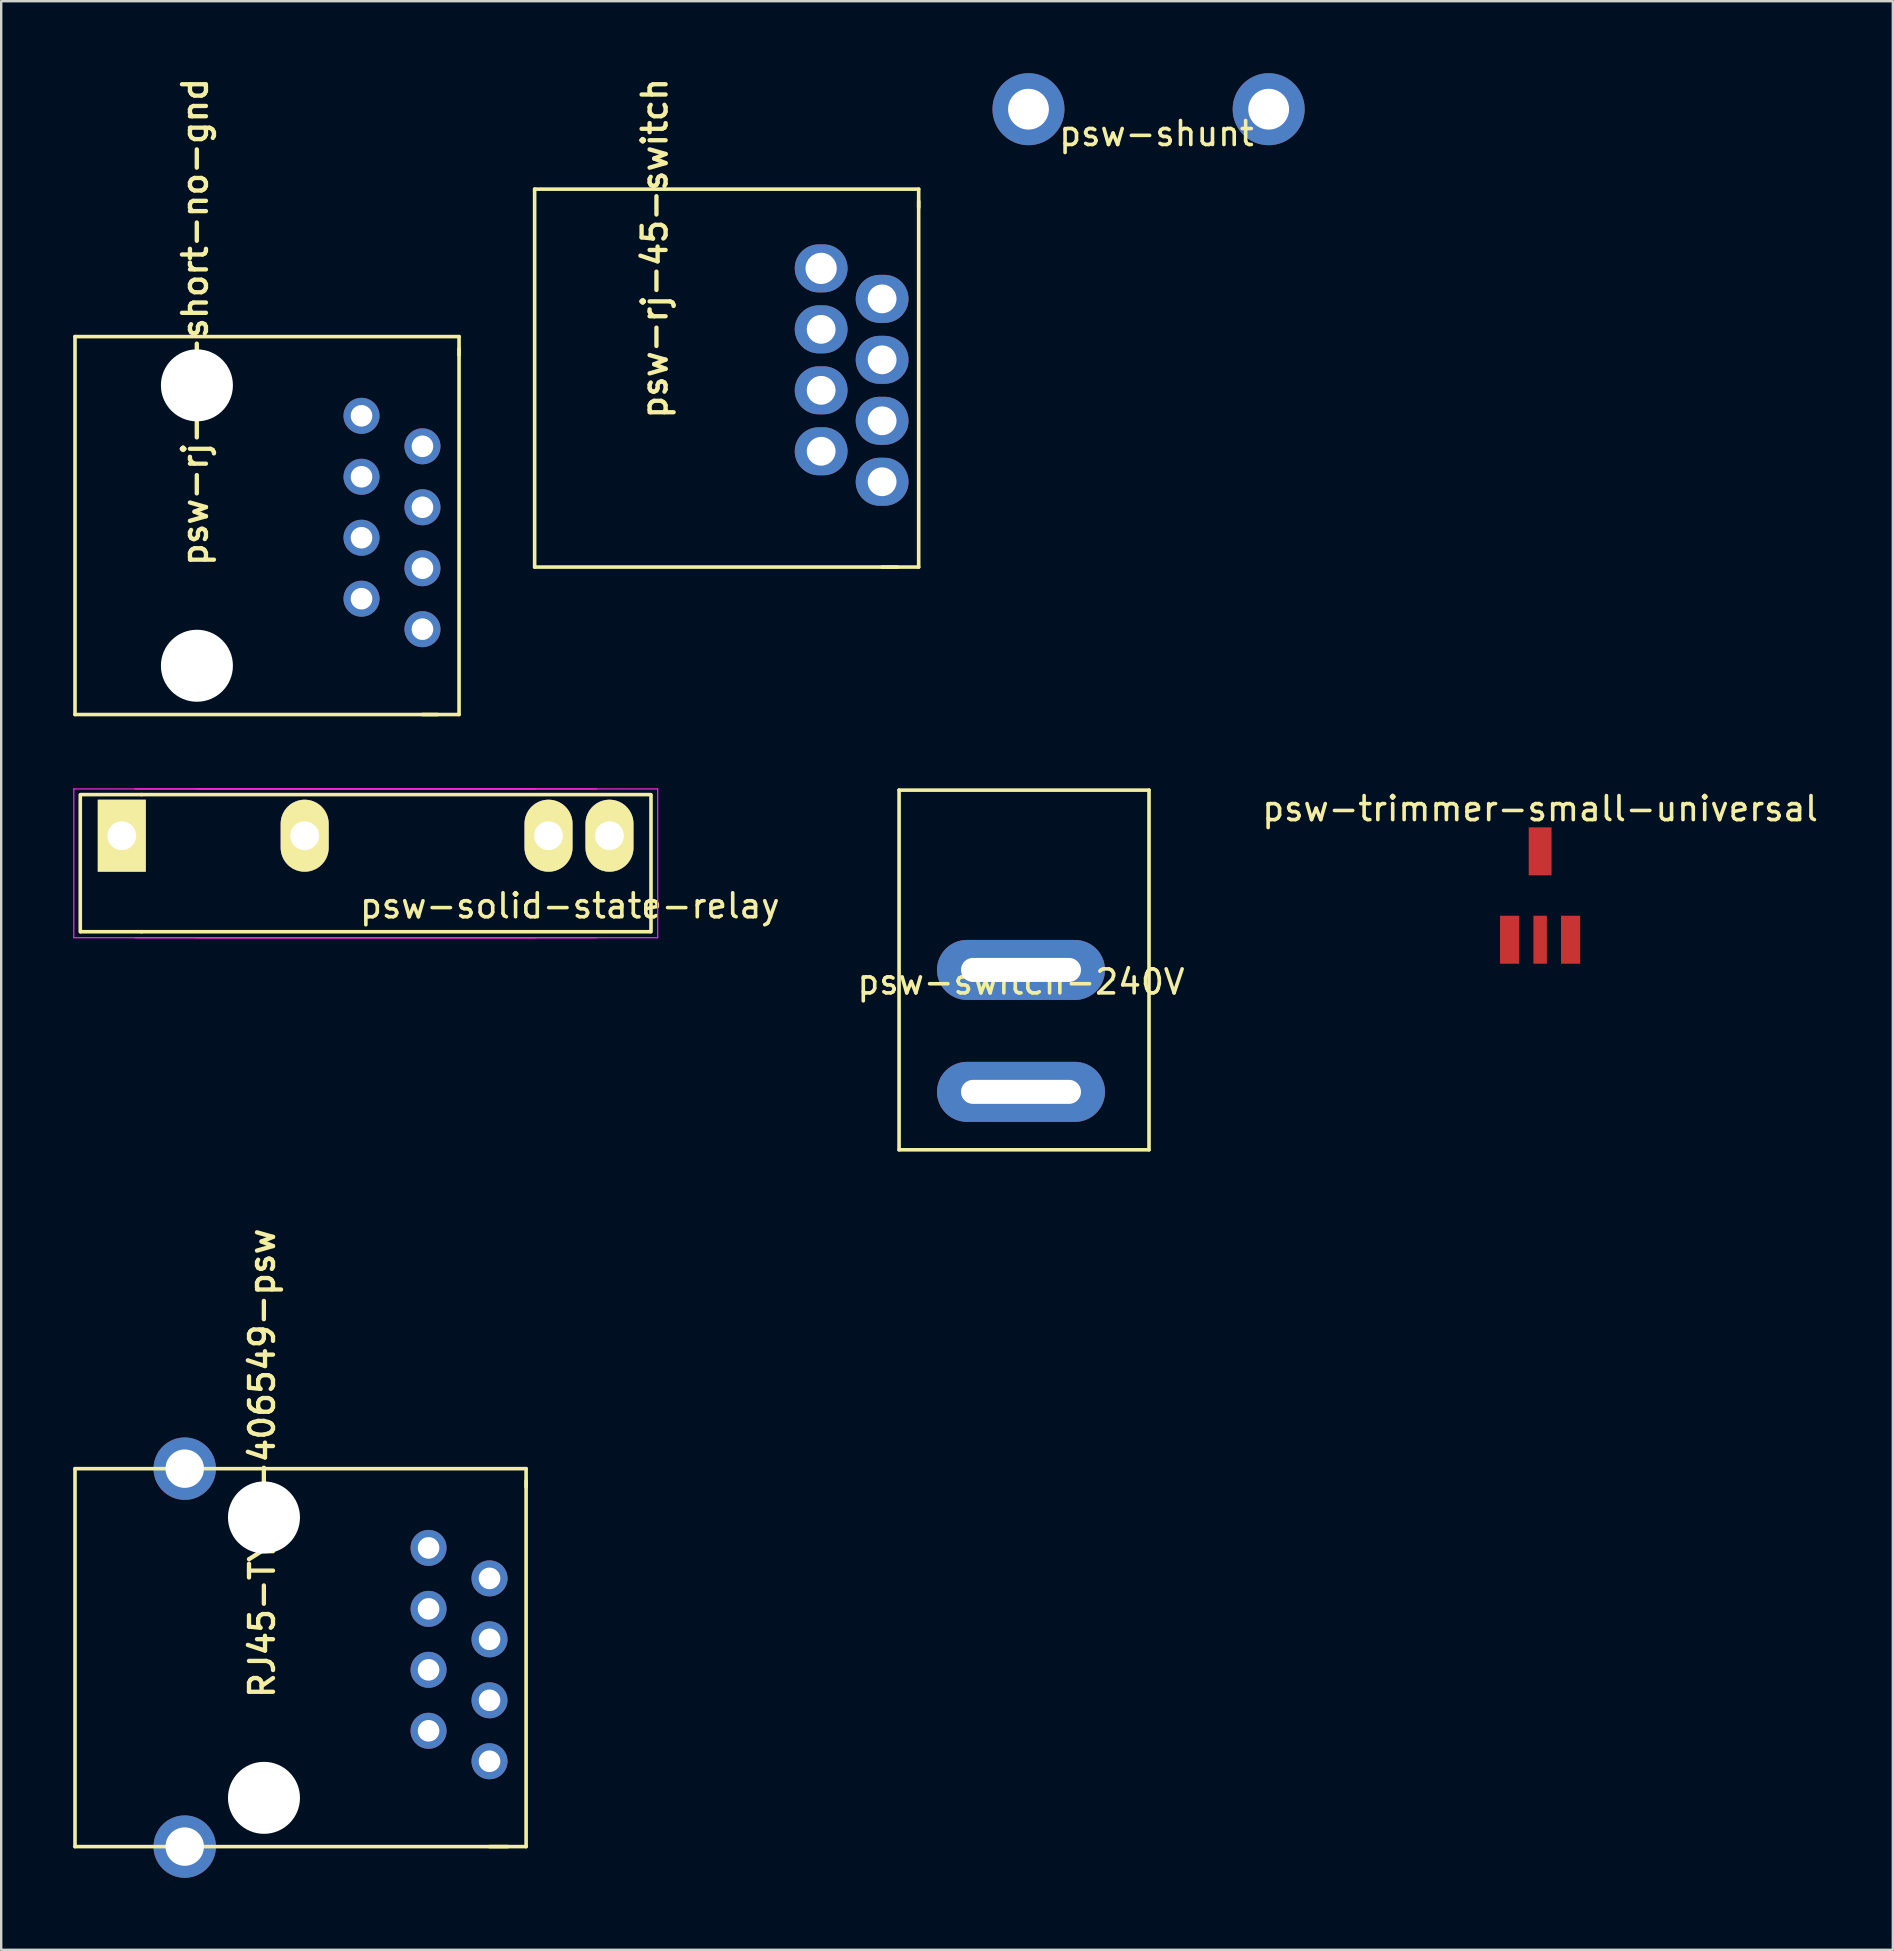
<source format=kicad_pcb>
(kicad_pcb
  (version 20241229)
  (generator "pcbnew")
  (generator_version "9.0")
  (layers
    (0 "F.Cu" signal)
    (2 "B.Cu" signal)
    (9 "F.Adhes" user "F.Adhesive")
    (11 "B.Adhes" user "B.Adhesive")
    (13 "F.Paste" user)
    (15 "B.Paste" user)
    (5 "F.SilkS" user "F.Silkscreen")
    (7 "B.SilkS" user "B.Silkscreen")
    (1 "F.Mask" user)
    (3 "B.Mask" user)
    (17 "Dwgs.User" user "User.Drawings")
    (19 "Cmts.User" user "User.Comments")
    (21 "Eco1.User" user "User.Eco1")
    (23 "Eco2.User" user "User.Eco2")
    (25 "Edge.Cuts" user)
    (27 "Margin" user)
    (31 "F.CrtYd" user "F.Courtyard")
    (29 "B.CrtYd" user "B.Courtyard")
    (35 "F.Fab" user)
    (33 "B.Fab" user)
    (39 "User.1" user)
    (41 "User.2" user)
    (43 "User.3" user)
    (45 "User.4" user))
  (footprint "psw-rj-45-switch"
    (layer "F.Cu")
    (at 29.387 13.213)
    (property "Reference" "psw-rj-45-switch" (at -4.572 1.27 90) (layer "F.SilkS") (effects (font (size 1 1) (thickness 0.18)) (justify left bottom)))
    (attr through_hole)
    (fp_line (start -10.16 -8.382) (end -10.16 7.366) (stroke (width 0.15) (type solid)) (layer "F.SilkS"))
    (fp_line (start -10.16 7.366) (end 4.953 7.366) (stroke (width 0.15) (type solid)) (layer "F.SilkS"))
    (fp_line (start 4.318 7.366) (end 5.842 7.366) (stroke (width 0.15) (type solid)) (layer "F.SilkS"))
    (fp_line (start 5.842 -8.382) (end -10.16 -8.382) (stroke (width 0.15) (type solid)) (layer "F.SilkS"))
    (fp_line (start 5.842 -8.382) (end 5.842 -7.62) (stroke (width 0.15) (type solid)) (layer "F.SilkS"))
    (fp_line (start 5.842 7.366) (end 5.842 -7.874) (stroke (width 0.15) (type solid)) (layer "F.SilkS"))
    (pad "1" thru_hole oval (at 1.778 -5.08) (size 2.2 2) (drill 1.3) (layers "*.Cu" "*.Mask"))
    (pad "2" thru_hole oval (at 4.318 -3.81) (size 2.2 2) (drill 1.2) (layers "*.Cu" "*.Mask"))
    (pad "3" thru_hole oval (at 1.778 -2.54) (size 2.2 2) (drill 1.2) (layers "*.Cu" "*.Mask"))
    (pad "4" thru_hole oval (at 4.318 -1.27) (size 2.2 2) (drill 1.2) (layers "*.Cu" "*.Mask"))
    (pad "5" thru_hole oval (at 1.778 0) (size 2.2 2) (drill 1.2) (layers "*.Cu" "*.Mask"))
    (pad "6" thru_hole oval (at 4.318 1.27) (size 2.2 2) (drill 1.2) (layers "*.Cu" "*.Mask"))
    (pad "7" thru_hole oval (at 1.778 2.54) (size 2.2 2) (drill 1.2) (layers "*.Cu" "*.Mask"))
    (pad "8" thru_hole oval (at 4.318 3.81) (size 2.2 2) (drill 1.2) (layers "*.Cu" "*.Mask")))
  (footprint "psw-trimmer-small-universal"
    (layer "F.Cu")
    (at 61.123 34.963)
    (property "Reference" "psw-trimmer-small-universal" (at 0 -4.318 0) (layer "F.SilkS") (effects (font (size 1 1) (thickness 0.15))))
    (attr through_hole)
    (pad "1" smd rect (at -1.27 1.143) (size 0.8 2) (layers "F.Cu" "F.Mask" "F.Paste"))
    (pad "2" smd rect (at 0 -2.54) (size 0.95 2) (layers "F.Cu" "F.Mask" "F.Paste"))
    (pad "2" smd rect (at 0 1.143) (size 0.56 2) (layers "F.Cu" "F.Mask" "F.Paste"))
    (pad "3" smd rect (at 1.27 1.143) (size 0.8 2) (layers "F.Cu" "F.Mask" "F.Paste")))
  (footprint "psw-rj-45-short-no-gnd"
    (layer "F.Cu")
    (at 10.235 19.356)
    (property "Reference" "psw-rj-45-short-no-gnd" (at -4.572 1.27 90) (layer "F.SilkS") (effects (font (size 1 1) (thickness 0.18)) (justify left bottom)))
    (attr through_hole)
    (fp_line (start -10.16 -8.382) (end -10.16 7.366) (stroke (width 0.15) (type solid)) (layer "F.SilkS"))
    (fp_line (start -10.16 7.366) (end 4.953 7.366) (stroke (width 0.15) (type solid)) (layer "F.SilkS"))
    (fp_line (start 4.318 7.366) (end 5.842 7.366) (stroke (width 0.15) (type solid)) (layer "F.SilkS"))
    (fp_line (start 5.842 -8.382) (end -10.16 -8.382) (stroke (width 0.15) (type solid)) (layer "F.SilkS"))
    (fp_line (start 5.842 -8.382) (end 5.842 -7.62) (stroke (width 0.15) (type solid)) (layer "F.SilkS"))
    (fp_line (start 5.842 7.366) (end 5.842 -7.874) (stroke (width 0.15) (type solid)) (layer "F.SilkS"))
    (pad "" np_thru_hole circle (at -5.08 -6.35) (size 3 3) (drill 3) (layers "*.Cu"))
    (pad "" np_thru_hole circle (at -5.08 5.334) (size 3 3) (drill 3) (layers "*.Cu"))
    (pad "1" thru_hole circle (at 1.778 -5.08) (size 1.5 1.5) (drill 0.9) (layers "*.Cu" "*.Mask"))
    (pad "2" thru_hole circle (at 4.318 -3.81) (size 1.5 1.5) (drill 0.9) (layers "*.Cu" "*.Mask"))
    (pad "3" thru_hole circle (at 1.778 -2.54) (size 1.5 1.5) (drill 0.9) (layers "*.Cu" "*.Mask"))
    (pad "4" thru_hole circle (at 4.318 -1.27) (size 1.5 1.5) (drill 0.9) (layers "*.Cu" "*.Mask"))
    (pad "5" thru_hole circle (at 1.778 0) (size 1.5 1.5) (drill 0.9) (layers "*.Cu" "*.Mask"))
    (pad "6" thru_hole circle (at 4.318 1.27) (size 1.5 1.5) (drill 0.9) (layers "*.Cu" "*.Mask"))
    (pad "7" thru_hole circle (at 1.778 2.54) (size 1.5 1.5) (drill 0.9) (layers "*.Cu" "*.Mask"))
    (pad "8" thru_hole circle (at 4.318 3.81) (size 1.5 1.5) (drill 0.9) (layers "*.Cu" "*.Mask")))
  (footprint "psw-solid-state-relay"
    (layer "F.Cu")
    (at 7.105 31.772)
    (property "Reference" "psw-solid-state-relay" (at 13.589 2.921 0) (layer "F.SilkS") (effects (font (size 1 1) (thickness 0.15))))
    (attr through_hole)
    (fp_line (start -6.81 4) (end -6.81 -1.7) (stroke (width 0.15) (type solid)) (layer "F.SilkS"))
    (fp_line (start -4.255 -1.714) (end -6.795 -1.714) (stroke (width 0.15) (type solid)) (layer "F.SilkS"))
    (fp_line (start -4.255 -1.714) (end 16.954 -1.714) (stroke (width 0.15) (type solid)) (layer "F.SilkS"))
    (fp_line (start -4.255 4) (end -6.795 4) (stroke (width 0.15) (type solid)) (layer "F.SilkS"))
    (fp_line (start -4.255 4) (end 16.954 4) (stroke (width 0.15) (type solid)) (layer "F.SilkS"))
    (fp_line (start 16.97 -1.7) (end 16.97 4) (stroke (width 0.15) (type solid)) (layer "F.SilkS"))
    (fp_line (start -7.08 -1.95) (end 12.17 -1.95) (stroke (width 0.05) (type solid)) (layer "F.CrtYd"))
    (fp_line (start -7.08 4.25) (end -7.08 -1.95) (stroke (width 0.05) (type solid)) (layer "F.CrtYd"))
    (fp_line (start -4.54 -1.95) (end 14.71 -1.95) (stroke (width 0.05) (type solid)) (layer "F.CrtYd"))
    (fp_line (start -2 -1.95) (end 17.25 -1.95) (stroke (width 0.05) (type solid)) (layer "F.CrtYd"))
    (fp_line (start 12.17 4.25) (end -7.08 4.25) (stroke (width 0.05) (type solid)) (layer "F.CrtYd"))
    (fp_line (start 14.71 4.25) (end -4.54 4.25) (stroke (width 0.05) (type solid)) (layer "F.CrtYd"))
    (fp_line (start 17.25 -1.95) (end 17.25 4.25) (stroke (width 0.05) (type solid)) (layer "F.CrtYd"))
    (fp_line (start 17.25 4.25) (end -2 4.25) (stroke (width 0.05) (type solid)) (layer "F.CrtYd"))
    (pad "1" thru_hole rect (at -5.08 0) (size 2 3) (drill 1.2) (layers "*.Cu" "*.Mask" "F.SilkS"))
    (pad "2" thru_hole oval (at 2.54 0) (size 2 3) (drill 1.2) (layers "*.Cu" "*.Mask" "F.SilkS"))
    (pad "3" thru_hole oval (at 12.7 0) (size 2 3) (drill 1.2) (layers "*.Cu" "*.Mask" "F.SilkS"))
    (pad "4" thru_hole oval (at 15.24 0) (size 2 3) (drill 1.2) (layers "*.Cu" "*.Mask" "F.SilkS")))
  (footprint "psw-shunt"
    (layer "F.Cu")
    (at 39.804 1.5)
    (property "Reference" "psw-shunt" (at 5.334 1.016 0) (layer "F.SilkS") (effects (font (size 1 1) (thickness 0.15))))
    (attr through_hole)
    (pad "1" thru_hole circle (at 0 0) (size 3 3) (drill 1.7) (layers "*.Cu" "*.Mask"))
    (pad "2" thru_hole circle (at 10.008 0) (size 3 3) (drill 1.7) (layers "*.Cu" "*.Mask")))
  (footprint "RJ45-TYCO-406549-psw"
    (layer "F.Cu")
    (at 13.029 66.527)
    (property "Reference" "RJ45-TYCO-406549-psw" (at -4.572 1.27 90) (layer "F.SilkS") (effects (font (size 1 1) (thickness 0.18)) (justify left bottom)))
    (attr through_hole)
    (fp_line (start -12.954 -8.382) (end -12.954 7.366) (stroke (width 0.15) (type solid)) (layer "F.SilkS"))
    (fp_line (start -12.954 -8.382) (end 5.842 -8.382) (stroke (width 0.15) (type solid)) (layer "F.SilkS"))
    (fp_line (start -12.954 7.366) (end 5.08 7.366) (stroke (width 0.15) (type solid)) (layer "F.SilkS"))
    (fp_line (start 4.318 7.366) (end 5.842 7.366) (stroke (width 0.15) (type solid)) (layer "F.SilkS"))
    (fp_line (start 5.842 -8.382) (end 5.842 -7.62) (stroke (width 0.15) (type solid)) (layer "F.SilkS"))
    (fp_line (start 5.842 7.366) (end 5.842 -7.874) (stroke (width 0.15) (type solid)) (layer "F.SilkS"))
    (pad "" np_thru_hole circle (at -5.08 -6.35) (size 3 3) (drill 3) (layers "*.Cu"))
    (pad "" np_thru_hole circle (at -5.08 5.334) (size 3 3) (drill 3) (layers "*.Cu"))
    (pad "1" thru_hole circle (at 1.778 -5.08) (size 1.5 1.5) (drill 0.9) (layers "*.Cu" "*.Mask"))
    (pad "2" thru_hole circle (at 4.318 -3.81) (size 1.5 1.5) (drill 0.9) (layers "*.Cu" "*.Mask"))
    (pad "3" thru_hole circle (at 1.778 -2.54) (size 1.5 1.5) (drill 0.9) (layers "*.Cu" "*.Mask"))
    (pad "4" thru_hole circle (at 4.318 -1.27) (size 1.5 1.5) (drill 0.9) (layers "*.Cu" "*.Mask"))
    (pad "5" thru_hole circle (at 1.778 0) (size 1.5 1.5) (drill 0.9) (layers "*.Cu" "*.Mask"))
    (pad "6" thru_hole circle (at 4.318 1.27) (size 1.5 1.5) (drill 0.9) (layers "*.Cu" "*.Mask"))
    (pad "7" thru_hole circle (at 1.778 2.54) (size 1.5 1.5) (drill 0.9) (layers "*.Cu" "*.Mask"))
    (pad "8" thru_hole circle (at 4.318 3.81) (size 1.5 1.5) (drill 0.9) (layers "*.Cu" "*.Mask"))
    (pad "SH" thru_hole circle (at -8.382 -8.382) (size 2.6 2.6) (drill 1.6) (layers "*.Cu" "*.Mask"))
    (pad "SH" thru_hole circle (at -8.382 7.366) (size 2.6 2.6) (drill 1.6) (layers "*.Cu" "*.Mask")))
  (footprint "psw-switch-240V"
    (layer "F.Cu")
    (at 39.492 37.365)
    (property "Reference" "psw-switch-240V" (at 0 0.5 0) (layer "F.SilkS") (effects (font (size 1 1) (thickness 0.15))))
    (attr through_hole)
    (fp_line (start -5.08 -7.493) (end 5.334 -7.493) (stroke (width 0.15) (type solid)) (layer "F.SilkS"))
    (fp_line (start -5.08 7.493) (end -5.08 -7.493) (stroke (width 0.15) (type solid)) (layer "F.SilkS"))
    (fp_line (start 5.334 -7.493) (end 5.334 7.493) (stroke (width 0.15) (type solid)) (layer "F.SilkS"))
    (fp_line (start 5.334 7.493) (end -5.08 7.493) (stroke (width 0.15) (type solid)) (layer "F.SilkS"))
    (pad "1" thru_hole oval (at 0 0) (size 7 2.5) (drill oval 5 1) (layers "*.Cu" "*.Mask"))
    (pad "2" thru_hole oval (at 0 5.08) (size 7 2.5) (drill oval 5 1) (layers "*.Cu" "*.Mask")))
  (gr_rect
    (start -3 -3)
    (end 75.819 78.193)
    (stroke (width 0.1) (type default))
    (fill no)
    (layer "Edge.Cuts")))
</source>
